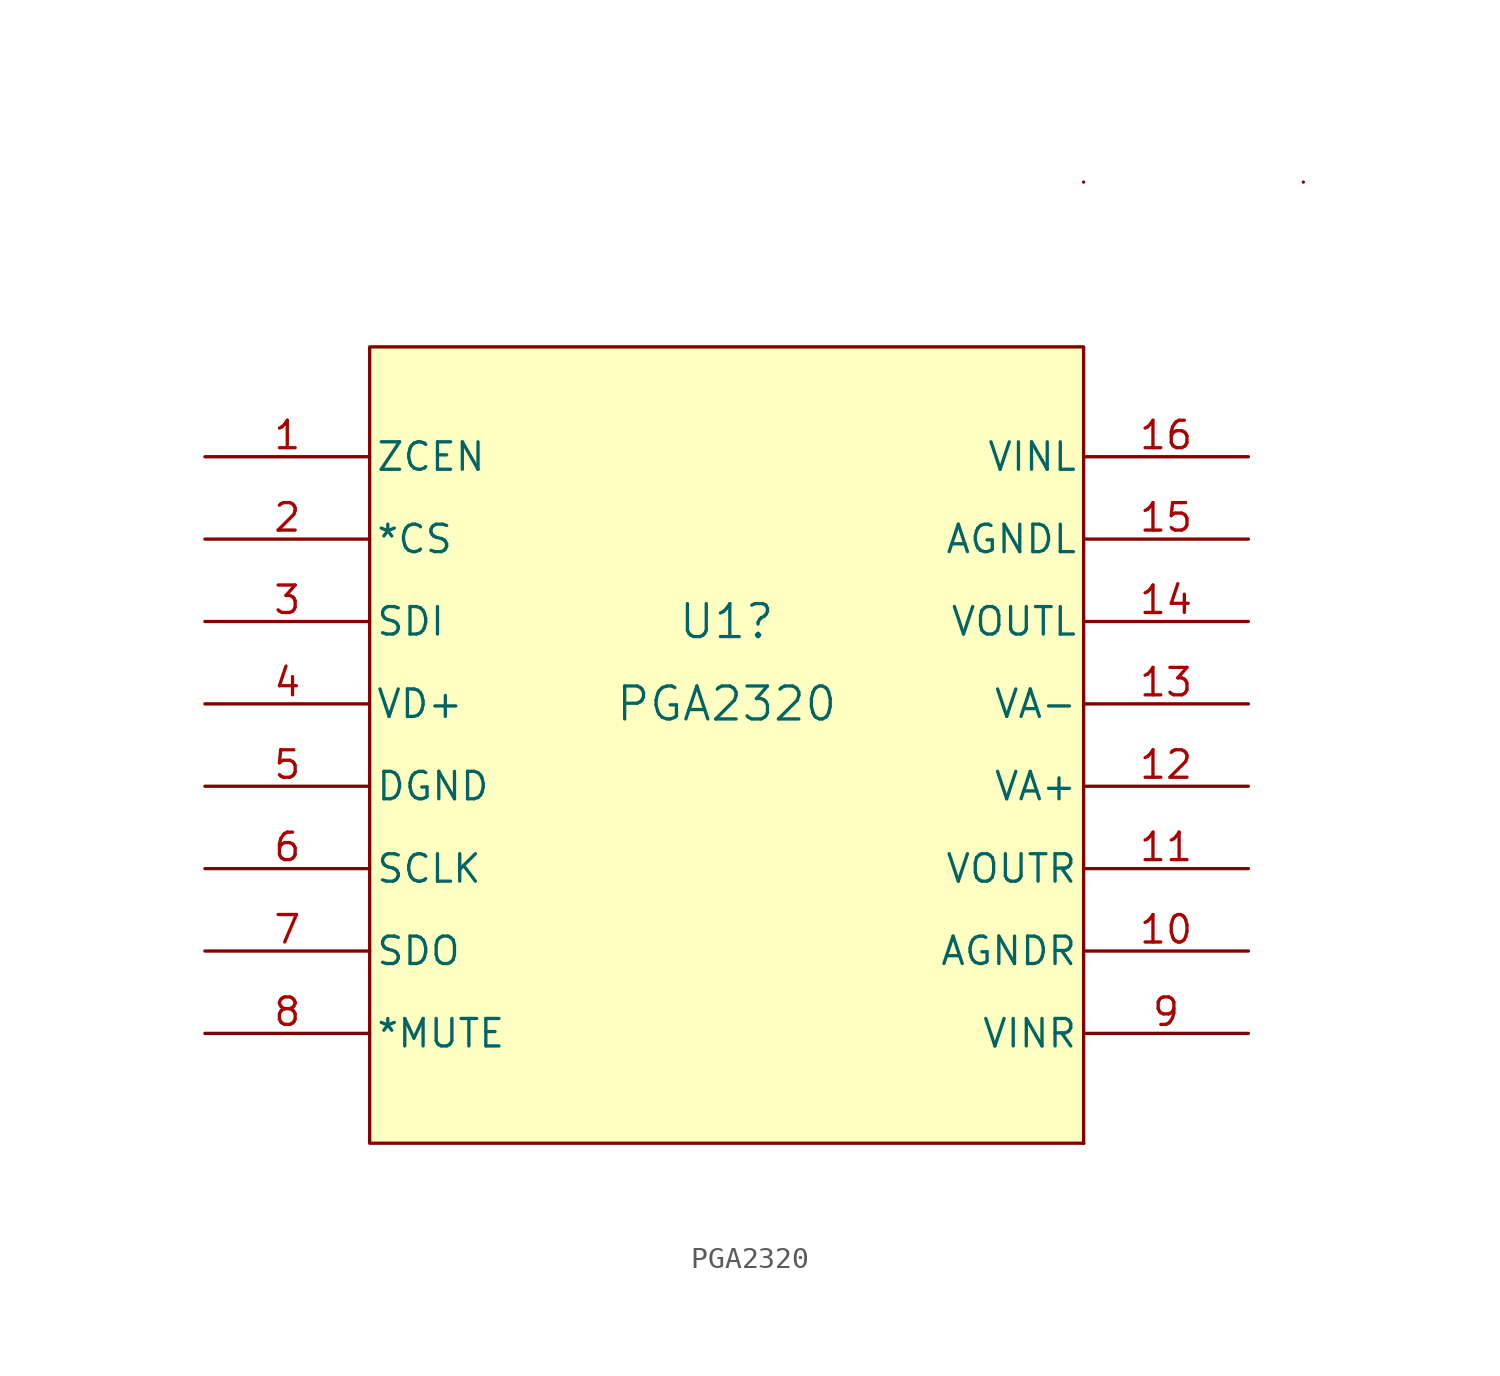
<source format=kicad_sym>
(kicad_symbol_lib
  (version 20220914)
  (generator kicad_symbol_editor)
  (symbol "PGA2320"
    (pin_names
      (offset 0.254))
    (property "Reference" "U1"
      (at 16.51 -12.7 0)
      (effects (font (size 1.524 1.524))))
    (property "Value" "PGA2320"
      (at 16.51 -16.51 0)
      (effects (font (size 1.524 1.524))))
    (symbol "PGA2320_0_1"
      (rectangle (start 33.02 -36.83) (end 33.02 -36.83) (stroke (width 0) (type default)) (fill (type none)))
      (rectangle (start 33.02 -36.83) (end 33.02 -36.83) (stroke (width 0) (type default)) (fill (type none)))
      (arc (start 33.02 7.62) (mid 33.02 7.62) (end 33.02 7.62) (stroke (width 0) (type default)) (fill (type none)))
      (arc (start 43.18 7.62) (mid 43.18 7.62) (end 43.18 7.62) (stroke (width 0) (type default)) (fill (type none)))
      (pin input line (at -7.62 -5.08 0) (length 7.62) (name "ZCEN" (effects (font (size 1.27 1.27)))) (number "1" (effects (font (size 1.27 1.27)))))
      (pin power_in line (at 40.64 -27.94 180) (length 7.62) (name "AGNDR" (effects (font (size 1.27 1.27)))) (number "10" (effects (font (size 1.27 1.27)))))
      (pin output line (at 40.64 -24.13 180) (length 7.62) (name "VOUTR" (effects (font (size 1.27 1.27)))) (number "11" (effects (font (size 1.27 1.27)))))
      (pin power_in line (at 40.64 -20.32 180) (length 7.62) (name "VA+" (effects (font (size 1.27 1.27)))) (number "12" (effects (font (size 1.27 1.27)))))
      (pin power_in line (at 40.64 -16.51 180) (length 7.62) (name "VA-" (effects (font (size 1.27 1.27)))) (number "13" (effects (font (size 1.27 1.27)))))
      (pin output line (at 40.64 -12.7 180) (length 7.62) (name "VOUTL" (effects (font (size 1.27 1.27)))) (number "14" (effects (font (size 1.27 1.27)))))
      (pin power_in line (at 40.64 -8.89 180) (length 7.62) (name "AGNDL" (effects (font (size 1.27 1.27)))) (number "15" (effects (font (size 1.27 1.27)))))
      (pin input line (at 40.64 -5.08 180) (length 7.62) (name "VINL" (effects (font (size 1.27 1.27)))) (number "16" (effects (font (size 1.27 1.27)))))
      (pin input line (at -7.62 -8.89 0) (length 7.62) (name "*CS" (effects (font (size 1.27 1.27)))) (number "2" (effects (font (size 1.27 1.27)))))
      (pin input line (at -7.62 -12.7 0) (length 7.62) (name "SDI" (effects (font (size 1.27 1.27)))) (number "3" (effects (font (size 1.27 1.27)))))
      (pin power_in line (at -7.62 -16.51 0) (length 7.62) (name "VD+" (effects (font (size 1.27 1.27)))) (number "4" (effects (font (size 1.27 1.27)))))
      (pin power_in line (at -7.62 -20.32 0) (length 7.62) (name "DGND" (effects (font (size 1.27 1.27)))) (number "5" (effects (font (size 1.27 1.27)))))
      (pin input line (at -7.62 -24.13 0) (length 7.62) (name "SCLK" (effects (font (size 1.27 1.27)))) (number "6" (effects (font (size 1.27 1.27)))))
      (pin output line (at -7.62 -27.94 0) (length 7.62) (name "SDO" (effects (font (size 1.27 1.27)))) (number "7" (effects (font (size 1.27 1.27)))))
      (pin input line (at -7.62 -31.75 0) (length 7.62) (name "*MUTE" (effects (font (size 1.27 1.27)))) (number "8" (effects (font (size 1.27 1.27)))))
      (pin input line (at 40.64 -31.75 180) (length 7.62) (name "VINR" (effects (font (size 1.27 1.27)))) (number "9" (effects (font (size 1.27 1.27))))))
    (symbol "PGA2320_1_1"
      (rectangle (start 0 0) (end 33.02 -36.83) (stroke (width 0) (type default)) (fill (type background))))))
</source>
